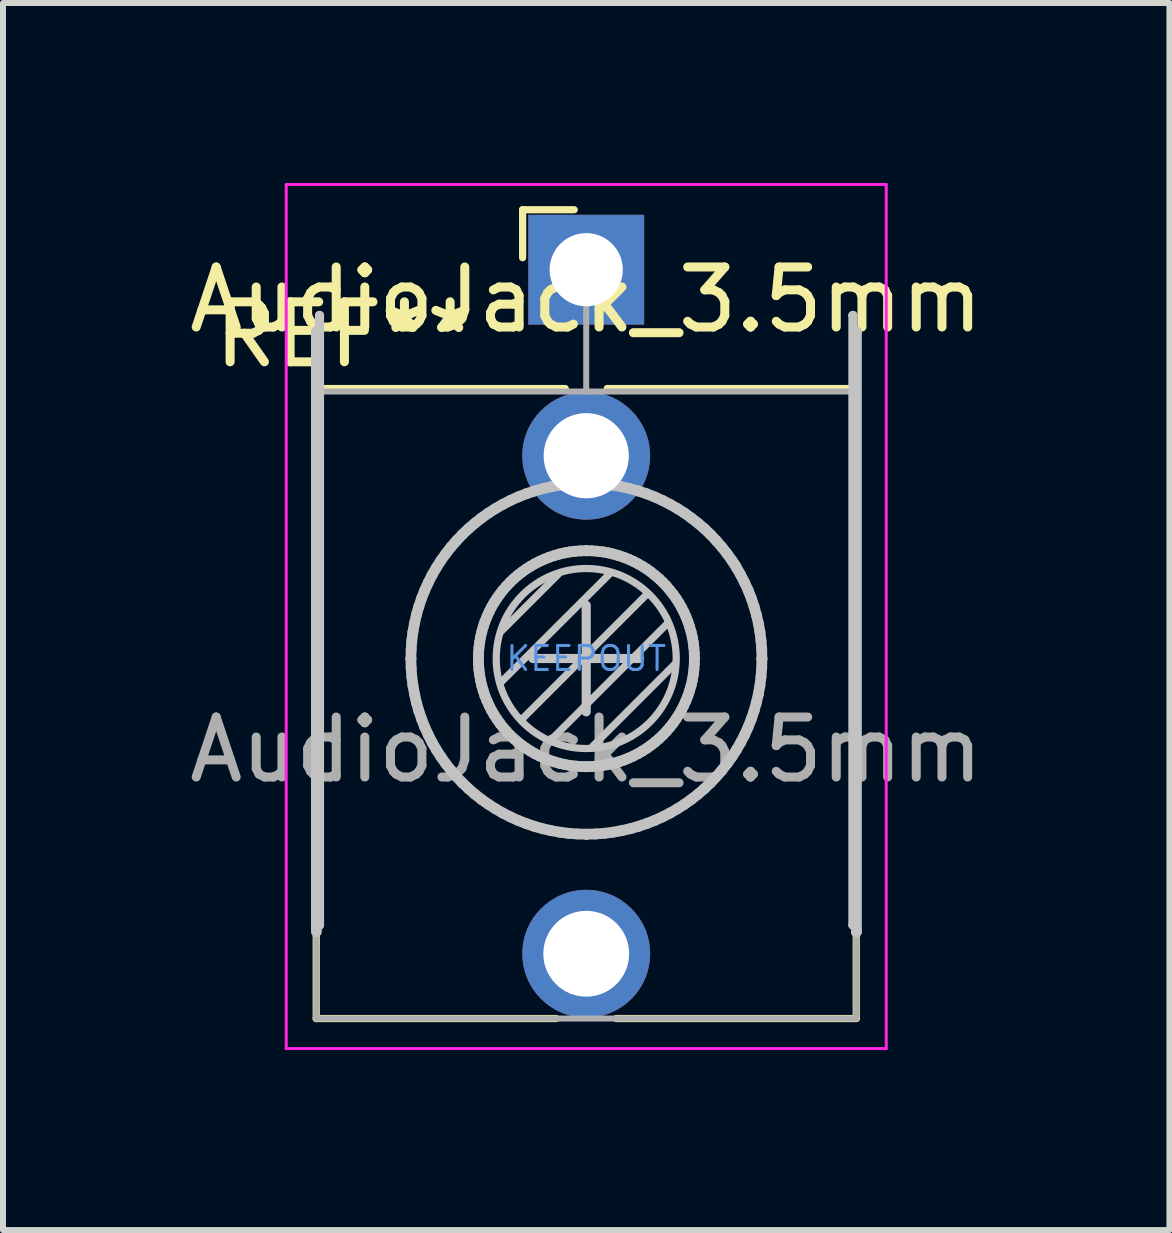
<source format=kicad_pcb>
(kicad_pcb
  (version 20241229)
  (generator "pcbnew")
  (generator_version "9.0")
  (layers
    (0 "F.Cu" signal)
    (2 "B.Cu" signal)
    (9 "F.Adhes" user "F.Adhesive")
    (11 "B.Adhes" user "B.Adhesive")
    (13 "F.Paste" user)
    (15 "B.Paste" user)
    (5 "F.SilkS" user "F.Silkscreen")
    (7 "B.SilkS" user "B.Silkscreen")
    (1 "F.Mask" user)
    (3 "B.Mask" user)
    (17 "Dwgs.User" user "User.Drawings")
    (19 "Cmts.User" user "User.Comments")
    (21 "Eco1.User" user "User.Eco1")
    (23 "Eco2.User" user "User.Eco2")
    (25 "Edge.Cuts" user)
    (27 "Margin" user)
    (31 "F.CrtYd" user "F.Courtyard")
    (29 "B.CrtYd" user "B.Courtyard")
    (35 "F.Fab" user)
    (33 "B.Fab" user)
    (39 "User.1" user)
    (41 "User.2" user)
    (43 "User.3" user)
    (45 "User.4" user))
  (footprint "AudioJack_3.5mm"
    (layer "F.Cu")
    (at 6.72 7.925)
    (property "Reference" "AudioJack_3.5mm" (at 0 -5.98 0) (layer "F.SilkS") (effects (font (size 1 1) (thickness 0.15))))
    (attr through_hole)
    (fp_line (start -4.5 -4.5) (end -4.5 6) (stroke (width 0.12) (type solid)) (layer "F.SilkS"))
    (fp_line (start -1.06 -7.48) (end -1.06 -6.68) (stroke (width 0.12) (type solid)) (layer "F.SilkS"))
    (fp_line (start -1.06 -7.48) (end -0.2 -7.48) (stroke (width 0.12) (type solid)) (layer "F.SilkS"))
    (fp_line (start -0.5 6) (end -4.5 6) (stroke (width 0.12) (type solid)) (layer "F.SilkS"))
    (fp_line (start -0.35 -4.5) (end -4.5 -4.5) (stroke (width 0.12) (type solid)) (layer "F.SilkS"))
    (fp_line (start 4.5 -4.5) (end 0.35 -4.5) (stroke (width 0.12) (type solid)) (layer "F.SilkS"))
    (fp_line (start 4.5 -4.5) (end 4.5 6) (stroke (width 0.12) (type solid)) (layer "F.SilkS"))
    (fp_line (start 4.5 6) (end 0.5 6) (stroke (width 0.12) (type solid)) (layer "F.SilkS"))
    (fp_circle (center 0 0) (end 1.8 0) (stroke (width 0.12) (type solid)) (fill no) (layer "F.SilkS"))
    (fp_line (start -4.497 -5.447) (end -4.497 -5.447) (stroke (width 0.18) (type solid)) (layer "Dwgs.User"))
    (fp_line (start -4.497 4.553) (end -4.497 -5.447) (stroke (width 0.18) (type solid)) (layer "Dwgs.User"))
    (fp_line (start -4.445 -5.718) (end -4.445 -5.718) (stroke (width 0.152) (type solid)) (layer "Dwgs.User"))
    (fp_line (start -4.445 4.442) (end -4.445 -5.718) (stroke (width 0.152) (type solid)) (layer "Dwgs.User"))
    (fp_line (start -4.445 4.442) (end -4.445 4.442) (stroke (width 0.152) (type solid)) (layer "Dwgs.User"))
    (fp_line (start -2.922 0.003) (end -2.922 0.003) (stroke (width 0.18) (type solid)) (layer "Dwgs.User"))
    (fp_line (start -2.922 0.003) (end -2.918 -0.148) (stroke (width 0.18) (type solid)) (layer "Dwgs.User"))
    (fp_line (start -2.918 -0.148) (end -2.907 -0.296) (stroke (width 0.18) (type solid)) (layer "Dwgs.User"))
    (fp_line (start -2.918 0.153) (end -2.922 0.003) (stroke (width 0.18) (type solid)) (layer "Dwgs.User"))
    (fp_line (start -2.907 -0.296) (end -2.888 -0.443) (stroke (width 0.18) (type solid)) (layer "Dwgs.User"))
    (fp_line (start -2.907 0.302) (end -2.918 0.153) (stroke (width 0.18) (type solid)) (layer "Dwgs.User"))
    (fp_line (start -2.888 -0.443) (end -2.862 -0.587) (stroke (width 0.18) (type solid)) (layer "Dwgs.User"))
    (fp_line (start -2.888 0.448) (end -2.907 0.302) (stroke (width 0.18) (type solid)) (layer "Dwgs.User"))
    (fp_line (start -2.862 -0.587) (end -2.83 -0.728) (stroke (width 0.18) (type solid)) (layer "Dwgs.User"))
    (fp_line (start -2.862 0.592) (end -2.888 0.448) (stroke (width 0.18) (type solid)) (layer "Dwgs.User"))
    (fp_line (start -2.83 -0.728) (end -2.79 -0.867) (stroke (width 0.18) (type solid)) (layer "Dwgs.User"))
    (fp_line (start -2.83 0.734) (end -2.862 0.592) (stroke (width 0.18) (type solid)) (layer "Dwgs.User"))
    (fp_line (start -2.79 -0.867) (end -2.744 -1.003) (stroke (width 0.18) (type solid)) (layer "Dwgs.User"))
    (fp_line (start -2.79 0.873) (end -2.83 0.734) (stroke (width 0.18) (type solid)) (layer "Dwgs.User"))
    (fp_line (start -2.744 -1.003) (end -2.692 -1.136) (stroke (width 0.18) (type solid)) (layer "Dwgs.User"))
    (fp_line (start -2.744 1.008) (end -2.79 0.873) (stroke (width 0.18) (type solid)) (layer "Dwgs.User"))
    (fp_line (start -2.692 -1.136) (end -2.633 -1.265) (stroke (width 0.18) (type solid)) (layer "Dwgs.User"))
    (fp_line (start -2.692 1.141) (end -2.744 1.008) (stroke (width 0.18) (type solid)) (layer "Dwgs.User"))
    (fp_line (start -2.633 -1.265) (end -2.569 -1.392) (stroke (width 0.18) (type solid)) (layer "Dwgs.User"))
    (fp_line (start -2.633 1.271) (end -2.692 1.141) (stroke (width 0.18) (type solid)) (layer "Dwgs.User"))
    (fp_line (start -2.569 -1.392) (end -2.498 -1.514) (stroke (width 0.18) (type solid)) (layer "Dwgs.User"))
    (fp_line (start -2.569 1.397) (end -2.633 1.271) (stroke (width 0.18) (type solid)) (layer "Dwgs.User"))
    (fp_line (start -2.498 -1.514) (end -2.422 -1.633) (stroke (width 0.18) (type solid)) (layer "Dwgs.User"))
    (fp_line (start -2.498 1.519) (end -2.569 1.397) (stroke (width 0.18) (type solid)) (layer "Dwgs.User"))
    (fp_line (start -2.422 -1.633) (end -2.341 -1.747) (stroke (width 0.18) (type solid)) (layer "Dwgs.User"))
    (fp_line (start -2.422 1.638) (end -2.498 1.519) (stroke (width 0.18) (type solid)) (layer "Dwgs.User"))
    (fp_line (start -2.341 -1.747) (end -2.254 -1.858) (stroke (width 0.18) (type solid)) (layer "Dwgs.User"))
    (fp_line (start -2.341 1.753) (end -2.422 1.638) (stroke (width 0.18) (type solid)) (layer "Dwgs.User"))
    (fp_line (start -2.254 -1.858) (end -2.162 -1.964) (stroke (width 0.18) (type solid)) (layer "Dwgs.User"))
    (fp_line (start -2.254 1.863) (end -2.341 1.753) (stroke (width 0.18) (type solid)) (layer "Dwgs.User"))
    (fp_line (start -2.162 -1.964) (end -2.065 -2.066) (stroke (width 0.18) (type solid)) (layer "Dwgs.User"))
    (fp_line (start -2.162 1.969) (end -2.254 1.863) (stroke (width 0.18) (type solid)) (layer "Dwgs.User"))
    (fp_line (start -2.065 -2.066) (end -1.963 -2.163) (stroke (width 0.18) (type solid)) (layer "Dwgs.User"))
    (fp_line (start -2.065 2.071) (end -2.162 1.969) (stroke (width 0.18) (type solid)) (layer "Dwgs.User"))
    (fp_line (start -1.963 -2.163) (end -1.857 -2.254) (stroke (width 0.18) (type solid)) (layer "Dwgs.User"))
    (fp_line (start -1.963 2.168) (end -2.065 2.071) (stroke (width 0.18) (type solid)) (layer "Dwgs.User"))
    (fp_line (start -1.857 -2.254) (end -1.747 -2.341) (stroke (width 0.18) (type solid)) (layer "Dwgs.User"))
    (fp_line (start -1.857 2.26) (end -1.963 2.168) (stroke (width 0.18) (type solid)) (layer "Dwgs.User"))
    (fp_line (start -1.797 0.003) (end -1.797 0.003) (stroke (width 0.18) (type solid)) (layer "Dwgs.User"))
    (fp_line (start -1.797 0.003) (end -1.794 -0.09) (stroke (width 0.18) (type solid)) (layer "Dwgs.User"))
    (fp_line (start -1.794 -0.09) (end -1.788 -0.181) (stroke (width 0.18) (type solid)) (layer "Dwgs.User"))
    (fp_line (start -1.794 0.095) (end -1.797 0.003) (stroke (width 0.18) (type solid)) (layer "Dwgs.User"))
    (fp_line (start -1.788 -0.181) (end -1.776 -0.271) (stroke (width 0.18) (type solid)) (layer "Dwgs.User"))
    (fp_line (start -1.788 0.187) (end -1.794 0.095) (stroke (width 0.18) (type solid)) (layer "Dwgs.User"))
    (fp_line (start -1.776 -0.271) (end -1.76 -0.36) (stroke (width 0.18) (type solid)) (layer "Dwgs.User"))
    (fp_line (start -1.776 0.277) (end -1.788 0.187) (stroke (width 0.18) (type solid)) (layer "Dwgs.User"))
    (fp_line (start -1.76 -0.36) (end -1.74 -0.447) (stroke (width 0.18) (type solid)) (layer "Dwgs.User"))
    (fp_line (start -1.76 0.365) (end -1.776 0.277) (stroke (width 0.18) (type solid)) (layer "Dwgs.User"))
    (fp_line (start -1.747 -2.341) (end -1.632 -2.423) (stroke (width 0.18) (type solid)) (layer "Dwgs.User"))
    (fp_line (start -1.747 2.347) (end -1.857 2.26) (stroke (width 0.18) (type solid)) (layer "Dwgs.User"))
    (fp_line (start -1.74 -0.447) (end -1.716 -0.533) (stroke (width 0.18) (type solid)) (layer "Dwgs.User"))
    (fp_line (start -1.74 0.453) (end -1.76 0.365) (stroke (width 0.18) (type solid)) (layer "Dwgs.User"))
    (fp_line (start -1.716 -0.533) (end -1.688 -0.616) (stroke (width 0.18) (type solid)) (layer "Dwgs.User"))
    (fp_line (start -1.716 0.538) (end -1.74 0.453) (stroke (width 0.18) (type solid)) (layer "Dwgs.User"))
    (fp_line (start -1.688 -0.616) (end -1.655 -0.698) (stroke (width 0.18) (type solid)) (layer "Dwgs.User"))
    (fp_line (start -1.688 0.622) (end -1.716 0.538) (stroke (width 0.18) (type solid)) (layer "Dwgs.User"))
    (fp_line (start -1.655 -0.698) (end -1.619 -0.778) (stroke (width 0.18) (type solid)) (layer "Dwgs.User"))
    (fp_line (start -1.655 0.703) (end -1.688 0.622) (stroke (width 0.18) (type solid)) (layer "Dwgs.User"))
    (fp_line (start -1.632 -2.423) (end -1.513 -2.499) (stroke (width 0.18) (type solid)) (layer "Dwgs.User"))
    (fp_line (start -1.632 2.428) (end -1.747 2.347) (stroke (width 0.18) (type solid)) (layer "Dwgs.User"))
    (fp_line (start -1.619 -0.778) (end -1.58 -0.855) (stroke (width 0.18) (type solid)) (layer "Dwgs.User"))
    (fp_line (start -1.619 0.783) (end -1.655 0.703) (stroke (width 0.18) (type solid)) (layer "Dwgs.User"))
    (fp_line (start -1.58 -0.855) (end -1.536 -0.931) (stroke (width 0.18) (type solid)) (layer "Dwgs.User"))
    (fp_line (start -1.58 0.861) (end -1.619 0.783) (stroke (width 0.18) (type solid)) (layer "Dwgs.User"))
    (fp_line (start -1.536 -0.931) (end -1.489 -1.004) (stroke (width 0.18) (type solid)) (layer "Dwgs.User"))
    (fp_line (start -1.536 0.936) (end -1.58 0.861) (stroke (width 0.18) (type solid)) (layer "Dwgs.User"))
    (fp_line (start -1.513 -2.499) (end -1.391 -2.569) (stroke (width 0.18) (type solid)) (layer "Dwgs.User"))
    (fp_line (start -1.513 2.504) (end -1.632 2.428) (stroke (width 0.18) (type solid)) (layer "Dwgs.User"))
    (fp_line (start -1.489 -1.004) (end -1.439 -1.074) (stroke (width 0.18) (type solid)) (layer "Dwgs.User"))
    (fp_line (start -1.489 1.009) (end -1.536 0.936) (stroke (width 0.18) (type solid)) (layer "Dwgs.User"))
    (fp_line (start -1.439 -1.074) (end -1.386 -1.142) (stroke (width 0.18) (type solid)) (layer "Dwgs.User"))
    (fp_line (start -1.439 1.08) (end -1.489 1.009) (stroke (width 0.18) (type solid)) (layer "Dwgs.User"))
    (fp_line (start -1.42 0.395) (end 0.4 -1.42) (stroke (width 0.12) (type solid)) (layer "Dwgs.User"))
    (fp_line (start -1.41 -0.46) (end -0.46 -1.41) (stroke (width 0.12) (type solid)) (layer "Dwgs.User"))
    (fp_line (start -1.391 -2.569) (end -1.265 -2.634) (stroke (width 0.18) (type solid)) (layer "Dwgs.User"))
    (fp_line (start -1.391 2.575) (end -1.513 2.504) (stroke (width 0.18) (type solid)) (layer "Dwgs.User"))
    (fp_line (start -1.386 -1.142) (end -1.329 -1.208) (stroke (width 0.18) (type solid)) (layer "Dwgs.User"))
    (fp_line (start -1.386 1.148) (end -1.439 1.08) (stroke (width 0.18) (type solid)) (layer "Dwgs.User"))
    (fp_line (start -1.329 -1.208) (end -1.27 -1.27) (stroke (width 0.18) (type solid)) (layer "Dwgs.User"))
    (fp_line (start -1.329 1.213) (end -1.386 1.148) (stroke (width 0.18) (type solid)) (layer "Dwgs.User"))
    (fp_line (start -1.27 -1.27) (end -1.207 -1.33) (stroke (width 0.18) (type solid)) (layer "Dwgs.User"))
    (fp_line (start -1.27 1.276) (end -1.329 1.213) (stroke (width 0.18) (type solid)) (layer "Dwgs.User"))
    (fp_line (start -1.265 -2.634) (end -1.135 -2.693) (stroke (width 0.18) (type solid)) (layer "Dwgs.User"))
    (fp_line (start -1.265 2.639) (end -1.391 2.575) (stroke (width 0.18) (type solid)) (layer "Dwgs.User"))
    (fp_line (start -1.207 -1.33) (end -1.142 -1.386) (stroke (width 0.18) (type solid)) (layer "Dwgs.User"))
    (fp_line (start -1.207 1.335) (end -1.27 1.276) (stroke (width 0.18) (type solid)) (layer "Dwgs.User"))
    (fp_line (start -1.142 -1.386) (end -1.074 -1.44) (stroke (width 0.18) (type solid)) (layer "Dwgs.User"))
    (fp_line (start -1.142 1.392) (end -1.207 1.335) (stroke (width 0.18) (type solid)) (layer "Dwgs.User"))
    (fp_line (start -1.135 -2.693) (end -1.002 -2.745) (stroke (width 0.18) (type solid)) (layer "Dwgs.User"))
    (fp_line (start -1.135 2.698) (end -1.265 2.639) (stroke (width 0.18) (type solid)) (layer "Dwgs.User"))
    (fp_line (start -1.074 -1.44) (end -1.003 -1.49) (stroke (width 0.18) (type solid)) (layer "Dwgs.User"))
    (fp_line (start -1.074 1.445) (end -1.142 1.392) (stroke (width 0.18) (type solid)) (layer "Dwgs.User"))
    (fp_line (start -1.07 1.01) (end 1.01 -1.07) (stroke (width 0.12) (type solid)) (layer "Dwgs.User"))
    (fp_line (start -1.003 -1.49) (end -0.93 -1.537) (stroke (width 0.18) (type solid)) (layer "Dwgs.User"))
    (fp_line (start -1.003 1.495) (end -1.074 1.445) (stroke (width 0.18) (type solid)) (layer "Dwgs.User"))
    (fp_line (start -1.002 -2.745) (end -0.867 -2.791) (stroke (width 0.18) (type solid)) (layer "Dwgs.User"))
    (fp_line (start -1.002 2.75) (end -1.135 2.698) (stroke (width 0.18) (type solid)) (layer "Dwgs.User"))
    (fp_line (start -0.93 -1.537) (end -0.855 -1.58) (stroke (width 0.18) (type solid)) (layer "Dwgs.User"))
    (fp_line (start -0.93 1.542) (end -1.003 1.495) (stroke (width 0.18) (type solid)) (layer "Dwgs.User"))
    (fp_line (start -0.867 -2.791) (end -0.728 -2.83) (stroke (width 0.18) (type solid)) (layer "Dwgs.User"))
    (fp_line (start -0.867 2.796) (end -1.002 2.75) (stroke (width 0.18) (type solid)) (layer "Dwgs.User"))
    (fp_line (start -0.855 -1.58) (end -0.777 -1.62) (stroke (width 0.18) (type solid)) (layer "Dwgs.User"))
    (fp_line (start -0.855 1.586) (end -0.93 1.542) (stroke (width 0.18) (type solid)) (layer "Dwgs.User"))
    (fp_line (start -0.801 2.804) (end -0.801 2.804) (stroke (width 0.002) (type solid)) (layer "Dwgs.User"))
    (fp_line (start -0.777 -1.62) (end -0.697 -1.656) (stroke (width 0.18) (type solid)) (layer "Dwgs.User"))
    (fp_line (start -0.777 1.625) (end -0.855 1.586) (stroke (width 0.18) (type solid)) (layer "Dwgs.User"))
    (fp_line (start -0.728 -2.83) (end -0.586 -2.863) (stroke (width 0.18) (type solid)) (layer "Dwgs.User"))
    (fp_line (start -0.728 2.836) (end -0.867 2.796) (stroke (width 0.18) (type solid)) (layer "Dwgs.User"))
    (fp_line (start -0.697 -1.656) (end -0.616 -1.688) (stroke (width 0.18) (type solid)) (layer "Dwgs.User"))
    (fp_line (start -0.697 1.661) (end -0.777 1.625) (stroke (width 0.18) (type solid)) (layer "Dwgs.User"))
    (fp_line (start -0.616 -1.688) (end -0.532 -1.716) (stroke (width 0.18) (type solid)) (layer "Dwgs.User"))
    (fp_line (start -0.616 1.694) (end -0.697 1.661) (stroke (width 0.18) (type solid)) (layer "Dwgs.User"))
    (fp_line (start -0.586 -2.863) (end -0.442 -2.889) (stroke (width 0.18) (type solid)) (layer "Dwgs.User"))
    (fp_line (start -0.586 2.868) (end -0.728 2.836) (stroke (width 0.18) (type solid)) (layer "Dwgs.User"))
    (fp_line (start -0.58 1.35) (end 1.36 -0.59) (stroke (width 0.12) (type solid)) (layer "Dwgs.User"))
    (fp_line (start -0.532 -1.716) (end -0.447 -1.741) (stroke (width 0.18) (type solid)) (layer "Dwgs.User"))
    (fp_line (start -0.532 1.722) (end -0.616 1.694) (stroke (width 0.18) (type solid)) (layer "Dwgs.User"))
    (fp_line (start -0.447 -1.741) (end -0.36 -1.761) (stroke (width 0.18) (type solid)) (layer "Dwgs.User"))
    (fp_line (start -0.447 1.746) (end -0.532 1.722) (stroke (width 0.18) (type solid)) (layer "Dwgs.User"))
    (fp_line (start -0.442 -2.889) (end -0.296 -2.907) (stroke (width 0.18) (type solid)) (layer "Dwgs.User"))
    (fp_line (start -0.442 2.894) (end -0.586 2.868) (stroke (width 0.18) (type solid)) (layer "Dwgs.User"))
    (fp_line (start -0.36 -1.761) (end -0.271 -1.777) (stroke (width 0.18) (type solid)) (layer "Dwgs.User"))
    (fp_line (start -0.36 1.766) (end -0.447 1.746) (stroke (width 0.18) (type solid)) (layer "Dwgs.User"))
    (fp_line (start -0.296 -2.907) (end -0.147 -2.919) (stroke (width 0.18) (type solid)) (layer "Dwgs.User"))
    (fp_line (start -0.296 2.913) (end -0.442 2.894) (stroke (width 0.18) (type solid)) (layer "Dwgs.User"))
    (fp_line (start -0.271 -1.777) (end -0.181 -1.788) (stroke (width 0.18) (type solid)) (layer "Dwgs.User"))
    (fp_line (start -0.271 1.782) (end -0.36 1.766) (stroke (width 0.18) (type solid)) (layer "Dwgs.User"))
    (fp_line (start -0.181 -1.788) (end -0.089 -1.795) (stroke (width 0.18) (type solid)) (layer "Dwgs.User"))
    (fp_line (start -0.181 1.793) (end -0.271 1.782) (stroke (width 0.18) (type solid)) (layer "Dwgs.User"))
    (fp_line (start -0.147 -2.919) (end 0.003 -2.922) (stroke (width 0.18) (type solid)) (layer "Dwgs.User"))
    (fp_line (start -0.147 2.924) (end -0.296 2.913) (stroke (width 0.18) (type solid)) (layer "Dwgs.User"))
    (fp_line (start -0.089 -1.795) (end 0.003 -1.797) (stroke (width 0.18) (type solid)) (layer "Dwgs.User"))
    (fp_line (start -0.089 1.8) (end -0.181 1.793) (stroke (width 0.18) (type solid)) (layer "Dwgs.User"))
    (fp_line (start -0.000496 -0.888) (end -0.000496 0.889) (stroke (width 0.152) (type solid)) (layer "Dwgs.User"))
    (fp_line (start 0.003 -2.922) (end 0.003 -2.922) (stroke (width 0.18) (type solid)) (layer "Dwgs.User"))
    (fp_line (start 0.003 -2.922) (end 0.003 -2.922) (stroke (width 0.18) (type solid)) (layer "Dwgs.User"))
    (fp_line (start 0.003 -2.922) (end 0.154 -2.919) (stroke (width 0.18) (type solid)) (layer "Dwgs.User"))
    (fp_line (start 0.003 -1.797) (end 0.003 -1.797) (stroke (width 0.18) (type solid)) (layer "Dwgs.User"))
    (fp_line (start 0.003 -1.797) (end 0.003 -1.797) (stroke (width 0.18) (type solid)) (layer "Dwgs.User"))
    (fp_line (start 0.003 -1.797) (end 0.096 -1.795) (stroke (width 0.18) (type solid)) (layer "Dwgs.User"))
    (fp_line (start 0.003 1.803) (end -0.089 1.8) (stroke (width 0.18) (type solid)) (layer "Dwgs.User"))
    (fp_line (start 0.003 1.803) (end 0.003 1.803) (stroke (width 0.18) (type solid)) (layer "Dwgs.User"))
    (fp_line (start 0.003 2.928) (end -0.147 2.924) (stroke (width 0.18) (type solid)) (layer "Dwgs.User"))
    (fp_line (start 0.003 2.928) (end 0.003 2.928) (stroke (width 0.18) (type solid)) (layer "Dwgs.User"))
    (fp_line (start 0.09 1.48) (end 1.48 0.09) (stroke (width 0.12) (type solid)) (layer "Dwgs.User"))
    (fp_line (start 0.096 -1.795) (end 0.187 -1.788) (stroke (width 0.18) (type solid)) (layer "Dwgs.User"))
    (fp_line (start 0.096 1.8) (end 0.003 1.803) (stroke (width 0.18) (type solid)) (layer "Dwgs.User"))
    (fp_line (start 0.154 -2.919) (end 0.302 -2.907) (stroke (width 0.18) (type solid)) (layer "Dwgs.User"))
    (fp_line (start 0.154 2.924) (end 0.003 2.928) (stroke (width 0.18) (type solid)) (layer "Dwgs.User"))
    (fp_line (start 0.187 -1.788) (end 0.277 -1.777) (stroke (width 0.18) (type solid)) (layer "Dwgs.User"))
    (fp_line (start 0.187 1.793) (end 0.096 1.8) (stroke (width 0.18) (type solid)) (layer "Dwgs.User"))
    (fp_line (start 0.277 -1.777) (end 0.366 -1.761) (stroke (width 0.18) (type solid)) (layer "Dwgs.User"))
    (fp_line (start 0.277 1.782) (end 0.187 1.793) (stroke (width 0.18) (type solid)) (layer "Dwgs.User"))
    (fp_line (start 0.302 -2.907) (end 0.449 -2.889) (stroke (width 0.18) (type solid)) (layer "Dwgs.User"))
    (fp_line (start 0.302 2.913) (end 0.154 2.924) (stroke (width 0.18) (type solid)) (layer "Dwgs.User"))
    (fp_line (start 0.366 -1.761) (end 0.453 -1.741) (stroke (width 0.18) (type solid)) (layer "Dwgs.User"))
    (fp_line (start 0.366 1.766) (end 0.277 1.782) (stroke (width 0.18) (type solid)) (layer "Dwgs.User"))
    (fp_line (start 0.449 -2.889) (end 0.593 -2.863) (stroke (width 0.18) (type solid)) (layer "Dwgs.User"))
    (fp_line (start 0.449 2.894) (end 0.302 2.913) (stroke (width 0.18) (type solid)) (layer "Dwgs.User"))
    (fp_line (start 0.453 -1.741) (end 0.539 -1.716) (stroke (width 0.18) (type solid)) (layer "Dwgs.User"))
    (fp_line (start 0.453 1.746) (end 0.366 1.766) (stroke (width 0.18) (type solid)) (layer "Dwgs.User"))
    (fp_line (start 0.539 -1.716) (end 0.622 -1.688) (stroke (width 0.18) (type solid)) (layer "Dwgs.User"))
    (fp_line (start 0.539 1.722) (end 0.453 1.746) (stroke (width 0.18) (type solid)) (layer "Dwgs.User"))
    (fp_line (start 0.593 -2.863) (end 0.734 -2.83) (stroke (width 0.18) (type solid)) (layer "Dwgs.User"))
    (fp_line (start 0.593 2.868) (end 0.449 2.894) (stroke (width 0.18) (type solid)) (layer "Dwgs.User"))
    (fp_line (start 0.622 -1.688) (end 0.704 -1.656) (stroke (width 0.18) (type solid)) (layer "Dwgs.User"))
    (fp_line (start 0.622 1.694) (end 0.539 1.722) (stroke (width 0.18) (type solid)) (layer "Dwgs.User"))
    (fp_line (start 0.704 -1.656) (end 0.784 -1.62) (stroke (width 0.18) (type solid)) (layer "Dwgs.User"))
    (fp_line (start 0.704 1.661) (end 0.622 1.694) (stroke (width 0.18) (type solid)) (layer "Dwgs.User"))
    (fp_line (start 0.734 -2.83) (end 0.873 -2.791) (stroke (width 0.18) (type solid)) (layer "Dwgs.User"))
    (fp_line (start 0.734 2.836) (end 0.593 2.868) (stroke (width 0.18) (type solid)) (layer "Dwgs.User"))
    (fp_line (start 0.784 -1.62) (end 0.861 -1.58) (stroke (width 0.18) (type solid)) (layer "Dwgs.User"))
    (fp_line (start 0.784 1.625) (end 0.704 1.661) (stroke (width 0.18) (type solid)) (layer "Dwgs.User"))
    (fp_line (start 0.8 2.804) (end 0.8 2.804) (stroke (width 0.002) (type solid)) (layer "Dwgs.User"))
    (fp_line (start 0.861 -1.58) (end 0.937 -1.537) (stroke (width 0.18) (type solid)) (layer "Dwgs.User"))
    (fp_line (start 0.861 1.586) (end 0.784 1.625) (stroke (width 0.18) (type solid)) (layer "Dwgs.User"))
    (fp_line (start 0.873 -2.791) (end 1.009 -2.745) (stroke (width 0.18) (type solid)) (layer "Dwgs.User"))
    (fp_line (start 0.873 2.796) (end 0.734 2.836) (stroke (width 0.18) (type solid)) (layer "Dwgs.User"))
    (fp_line (start 0.889 0) (end -0.889 0) (stroke (width 0.152) (type solid)) (layer "Dwgs.User"))
    (fp_line (start 0.937 -1.537) (end 1.01 -1.49) (stroke (width 0.18) (type solid)) (layer "Dwgs.User"))
    (fp_line (start 0.937 1.542) (end 0.861 1.586) (stroke (width 0.18) (type solid)) (layer "Dwgs.User"))
    (fp_line (start 1.009 -2.745) (end 1.142 -2.693) (stroke (width 0.18) (type solid)) (layer "Dwgs.User"))
    (fp_line (start 1.009 2.75) (end 0.873 2.796) (stroke (width 0.18) (type solid)) (layer "Dwgs.User"))
    (fp_line (start 1.01 -1.49) (end 1.08 -1.44) (stroke (width 0.18) (type solid)) (layer "Dwgs.User"))
    (fp_line (start 1.01 1.495) (end 0.937 1.542) (stroke (width 0.18) (type solid)) (layer "Dwgs.User"))
    (fp_line (start 1.08 -1.44) (end 1.148 -1.386) (stroke (width 0.18) (type solid)) (layer "Dwgs.User"))
    (fp_line (start 1.08 1.445) (end 1.01 1.495) (stroke (width 0.18) (type solid)) (layer "Dwgs.User"))
    (fp_line (start 1.142 -2.693) (end 1.271 -2.634) (stroke (width 0.18) (type solid)) (layer "Dwgs.User"))
    (fp_line (start 1.142 2.698) (end 1.009 2.75) (stroke (width 0.18) (type solid)) (layer "Dwgs.User"))
    (fp_line (start 1.148 -1.386) (end 1.214 -1.33) (stroke (width 0.18) (type solid)) (layer "Dwgs.User"))
    (fp_line (start 1.148 1.392) (end 1.08 1.445) (stroke (width 0.18) (type solid)) (layer "Dwgs.User"))
    (fp_line (start 1.214 -1.33) (end 1.276 -1.27) (stroke (width 0.18) (type solid)) (layer "Dwgs.User"))
    (fp_line (start 1.214 1.335) (end 1.148 1.392) (stroke (width 0.18) (type solid)) (layer "Dwgs.User"))
    (fp_line (start 1.271 -2.634) (end 1.398 -2.569) (stroke (width 0.18) (type solid)) (layer "Dwgs.User"))
    (fp_line (start 1.271 2.639) (end 1.142 2.698) (stroke (width 0.18) (type solid)) (layer "Dwgs.User"))
    (fp_line (start 1.276 -1.27) (end 1.336 -1.208) (stroke (width 0.18) (type solid)) (layer "Dwgs.User"))
    (fp_line (start 1.276 1.276) (end 1.214 1.335) (stroke (width 0.18) (type solid)) (layer "Dwgs.User"))
    (fp_line (start 1.336 -1.208) (end 1.392 -1.142) (stroke (width 0.18) (type solid)) (layer "Dwgs.User"))
    (fp_line (start 1.336 1.213) (end 1.276 1.276) (stroke (width 0.18) (type solid)) (layer "Dwgs.User"))
    (fp_line (start 1.392 -1.142) (end 1.446 -1.074) (stroke (width 0.18) (type solid)) (layer "Dwgs.User"))
    (fp_line (start 1.392 1.148) (end 1.336 1.213) (stroke (width 0.18) (type solid)) (layer "Dwgs.User"))
    (fp_line (start 1.398 -2.569) (end 1.52 -2.499) (stroke (width 0.18) (type solid)) (layer "Dwgs.User"))
    (fp_line (start 1.398 2.575) (end 1.271 2.639) (stroke (width 0.18) (type solid)) (layer "Dwgs.User"))
    (fp_line (start 1.446 -1.074) (end 1.496 -1.004) (stroke (width 0.18) (type solid)) (layer "Dwgs.User"))
    (fp_line (start 1.446 1.08) (end 1.392 1.148) (stroke (width 0.18) (type solid)) (layer "Dwgs.User"))
    (fp_line (start 1.496 -1.004) (end 1.543 -0.931) (stroke (width 0.18) (type solid)) (layer "Dwgs.User"))
    (fp_line (start 1.496 1.009) (end 1.446 1.08) (stroke (width 0.18) (type solid)) (layer "Dwgs.User"))
    (fp_line (start 1.52 -2.499) (end 1.639 -2.423) (stroke (width 0.18) (type solid)) (layer "Dwgs.User"))
    (fp_line (start 1.52 2.504) (end 1.398 2.575) (stroke (width 0.18) (type solid)) (layer "Dwgs.User"))
    (fp_line (start 1.543 -0.931) (end 1.586 -0.855) (stroke (width 0.18) (type solid)) (layer "Dwgs.User"))
    (fp_line (start 1.543 0.936) (end 1.496 1.009) (stroke (width 0.18) (type solid)) (layer "Dwgs.User"))
    (fp_line (start 1.586 -0.855) (end 1.626 -0.778) (stroke (width 0.18) (type solid)) (layer "Dwgs.User"))
    (fp_line (start 1.586 0.861) (end 1.543 0.936) (stroke (width 0.18) (type solid)) (layer "Dwgs.User"))
    (fp_line (start 1.626 -0.778) (end 1.662 -0.698) (stroke (width 0.18) (type solid)) (layer "Dwgs.User"))
    (fp_line (start 1.626 0.783) (end 1.586 0.861) (stroke (width 0.18) (type solid)) (layer "Dwgs.User"))
    (fp_line (start 1.639 -2.423) (end 1.753 -2.341) (stroke (width 0.18) (type solid)) (layer "Dwgs.User"))
    (fp_line (start 1.639 2.428) (end 1.52 2.504) (stroke (width 0.18) (type solid)) (layer "Dwgs.User"))
    (fp_line (start 1.662 -0.698) (end 1.694 -0.616) (stroke (width 0.18) (type solid)) (layer "Dwgs.User"))
    (fp_line (start 1.662 0.703) (end 1.626 0.783) (stroke (width 0.18) (type solid)) (layer "Dwgs.User"))
    (fp_line (start 1.694 -0.616) (end 1.722 -0.533) (stroke (width 0.18) (type solid)) (layer "Dwgs.User"))
    (fp_line (start 1.694 0.622) (end 1.662 0.703) (stroke (width 0.18) (type solid)) (layer "Dwgs.User"))
    (fp_line (start 1.722 -0.533) (end 1.747 -0.447) (stroke (width 0.18) (type solid)) (layer "Dwgs.User"))
    (fp_line (start 1.722 0.538) (end 1.694 0.622) (stroke (width 0.18) (type solid)) (layer "Dwgs.User"))
    (fp_line (start 1.747 -0.447) (end 1.767 -0.36) (stroke (width 0.18) (type solid)) (layer "Dwgs.User"))
    (fp_line (start 1.747 0.453) (end 1.722 0.538) (stroke (width 0.18) (type solid)) (layer "Dwgs.User"))
    (fp_line (start 1.753 -2.341) (end 1.864 -2.254) (stroke (width 0.18) (type solid)) (layer "Dwgs.User"))
    (fp_line (start 1.753 2.347) (end 1.639 2.428) (stroke (width 0.18) (type solid)) (layer "Dwgs.User"))
    (fp_line (start 1.767 -0.36) (end 1.783 -0.271) (stroke (width 0.18) (type solid)) (layer "Dwgs.User"))
    (fp_line (start 1.767 0.365) (end 1.747 0.453) (stroke (width 0.18) (type solid)) (layer "Dwgs.User"))
    (fp_line (start 1.783 -0.271) (end 1.794 -0.181) (stroke (width 0.18) (type solid)) (layer "Dwgs.User"))
    (fp_line (start 1.783 0.277) (end 1.767 0.365) (stroke (width 0.18) (type solid)) (layer "Dwgs.User"))
    (fp_line (start 1.794 -0.181) (end 1.801 -0.09) (stroke (width 0.18) (type solid)) (layer "Dwgs.User"))
    (fp_line (start 1.794 0.187) (end 1.783 0.277) (stroke (width 0.18) (type solid)) (layer "Dwgs.User"))
    (fp_line (start 1.801 -0.09) (end 1.803 0.003) (stroke (width 0.18) (type solid)) (layer "Dwgs.User"))
    (fp_line (start 1.801 0.095) (end 1.794 0.187) (stroke (width 0.18) (type solid)) (layer "Dwgs.User"))
    (fp_line (start 1.803 0.003) (end 1.801 0.095) (stroke (width 0.18) (type solid)) (layer "Dwgs.User"))
    (fp_line (start 1.803 0.003) (end 1.803 0.003) (stroke (width 0.18) (type solid)) (layer "Dwgs.User"))
    (fp_line (start 1.864 -2.254) (end 1.97 -2.163) (stroke (width 0.18) (type solid)) (layer "Dwgs.User"))
    (fp_line (start 1.864 2.26) (end 1.753 2.347) (stroke (width 0.18) (type solid)) (layer "Dwgs.User"))
    (fp_line (start 1.97 -2.163) (end 2.072 -2.066) (stroke (width 0.18) (type solid)) (layer "Dwgs.User"))
    (fp_line (start 1.97 2.168) (end 1.864 2.26) (stroke (width 0.18) (type solid)) (layer "Dwgs.User"))
    (fp_line (start 2.072 -2.066) (end 2.168 -1.964) (stroke (width 0.18) (type solid)) (layer "Dwgs.User"))
    (fp_line (start 2.072 2.071) (end 1.97 2.168) (stroke (width 0.18) (type solid)) (layer "Dwgs.User"))
    (fp_line (start 2.168 -1.964) (end 2.26 -1.858) (stroke (width 0.18) (type solid)) (layer "Dwgs.User"))
    (fp_line (start 2.168 1.969) (end 2.072 2.071) (stroke (width 0.18) (type solid)) (layer "Dwgs.User"))
    (fp_line (start 2.26 -1.858) (end 2.347 -1.747) (stroke (width 0.18) (type solid)) (layer "Dwgs.User"))
    (fp_line (start 2.26 1.863) (end 2.168 1.969) (stroke (width 0.18) (type solid)) (layer "Dwgs.User"))
    (fp_line (start 2.347 -1.747) (end 2.429 -1.633) (stroke (width 0.18) (type solid)) (layer "Dwgs.User"))
    (fp_line (start 2.347 1.753) (end 2.26 1.863) (stroke (width 0.18) (type solid)) (layer "Dwgs.User"))
    (fp_line (start 2.429 -1.633) (end 2.505 -1.514) (stroke (width 0.18) (type solid)) (layer "Dwgs.User"))
    (fp_line (start 2.429 1.638) (end 2.347 1.753) (stroke (width 0.18) (type solid)) (layer "Dwgs.User"))
    (fp_line (start 2.441 -1.618) (end 2.441 -1.618) (stroke (width 0.152) (type solid)) (layer "Dwgs.User"))
    (fp_line (start 2.491 -1.567) (end 2.441 -1.618) (stroke (width 0.152) (type solid)) (layer "Dwgs.User"))
    (fp_line (start 2.491 -1.567) (end 2.491 -1.567) (stroke (width 0.152) (type solid)) (layer "Dwgs.User"))
    (fp_line (start 2.505 -1.514) (end 2.575 -1.392) (stroke (width 0.18) (type solid)) (layer "Dwgs.User"))
    (fp_line (start 2.505 1.519) (end 2.429 1.638) (stroke (width 0.18) (type solid)) (layer "Dwgs.User"))
    (fp_line (start 2.575 -1.392) (end 2.64 -1.265) (stroke (width 0.18) (type solid)) (layer "Dwgs.User"))
    (fp_line (start 2.575 1.397) (end 2.505 1.519) (stroke (width 0.18) (type solid)) (layer "Dwgs.User"))
    (fp_line (start 2.64 -1.265) (end 2.699 -1.136) (stroke (width 0.18) (type solid)) (layer "Dwgs.User"))
    (fp_line (start 2.64 1.271) (end 2.575 1.397) (stroke (width 0.18) (type solid)) (layer "Dwgs.User"))
    (fp_line (start 2.699 -1.136) (end 2.751 -1.003) (stroke (width 0.18) (type solid)) (layer "Dwgs.User"))
    (fp_line (start 2.699 1.141) (end 2.64 1.271) (stroke (width 0.18) (type solid)) (layer "Dwgs.User"))
    (fp_line (start 2.751 -1.003) (end 2.797 -0.867) (stroke (width 0.18) (type solid)) (layer "Dwgs.User"))
    (fp_line (start 2.751 1.008) (end 2.699 1.141) (stroke (width 0.18) (type solid)) (layer "Dwgs.User"))
    (fp_line (start 2.797 -0.867) (end 2.836 -0.728) (stroke (width 0.18) (type solid)) (layer "Dwgs.User"))
    (fp_line (start 2.797 0.873) (end 2.751 1.008) (stroke (width 0.18) (type solid)) (layer "Dwgs.User"))
    (fp_line (start 2.836 -0.728) (end 2.869 -0.587) (stroke (width 0.18) (type solid)) (layer "Dwgs.User"))
    (fp_line (start 2.836 0.734) (end 2.797 0.873) (stroke (width 0.18) (type solid)) (layer "Dwgs.User"))
    (fp_line (start 2.869 -0.587) (end 2.895 -0.443) (stroke (width 0.18) (type solid)) (layer "Dwgs.User"))
    (fp_line (start 2.869 0.592) (end 2.836 0.734) (stroke (width 0.18) (type solid)) (layer "Dwgs.User"))
    (fp_line (start 2.895 -0.443) (end 2.913 -0.296) (stroke (width 0.18) (type solid)) (layer "Dwgs.User"))
    (fp_line (start 2.895 0.448) (end 2.869 0.592) (stroke (width 0.18) (type solid)) (layer "Dwgs.User"))
    (fp_line (start 2.913 -0.296) (end 2.925 -0.148) (stroke (width 0.18) (type solid)) (layer "Dwgs.User"))
    (fp_line (start 2.913 0.302) (end 2.895 0.448) (stroke (width 0.18) (type solid)) (layer "Dwgs.User"))
    (fp_line (start 2.925 -0.148) (end 2.928 0.003) (stroke (width 0.18) (type solid)) (layer "Dwgs.User"))
    (fp_line (start 2.925 0.153) (end 2.913 0.302) (stroke (width 0.18) (type solid)) (layer "Dwgs.User"))
    (fp_line (start 2.928 0.003) (end 2.925 0.153) (stroke (width 0.18) (type solid)) (layer "Dwgs.User"))
    (fp_line (start 2.928 0.003) (end 2.928 0.003) (stroke (width 0.18) (type solid)) (layer "Dwgs.User"))
    (fp_line (start 4.444 -5.718) (end 4.444 -5.718) (stroke (width 0.152) (type solid)) (layer "Dwgs.User"))
    (fp_line (start 4.444 -5.718) (end 4.444 4.442) (stroke (width 0.152) (type solid)) (layer "Dwgs.User"))
    (fp_line (start 4.444 4.442) (end 4.444 4.442) (stroke (width 0.152) (type solid)) (layer "Dwgs.User"))
    (fp_line (start 4.503 -5.447) (end 4.503 -5.447) (stroke (width 0.18) (type solid)) (layer "Dwgs.User"))
    (fp_line (start 4.503 -5.447) (end 4.503 4.553) (stroke (width 0.18) (type solid)) (layer "Dwgs.User"))
    (fp_line (start 4.503 4.553) (end 4.503 4.553) (stroke (width 0.18) (type solid)) (layer "Dwgs.User"))
    (fp_circle (center 0 0) (end 1.5 0) (stroke (width 0.12) (type solid)) (fill no) (layer "Dwgs.User"))
    (fp_line (start -5 6.5) (end -5 -7.9) (stroke (width 0.05) (type solid)) (layer "F.CrtYd"))
    (fp_line (start 5 -7.9) (end -5 -7.9) (stroke (width 0.05) (type solid)) (layer "F.CrtYd"))
    (fp_line (start 5 6.5) (end -5 6.5) (stroke (width 0.05) (type solid)) (layer "F.CrtYd"))
    (fp_line (start 5 6.5) (end 5 -7.9) (stroke (width 0.05) (type solid)) (layer "F.CrtYd"))
    (fp_line (start -4.5 6) (end -4.5 -4.4) (stroke (width 0.1) (type solid)) (layer "F.Fab"))
    (fp_line (start 0 -6.48) (end 0 -4.45) (stroke (width 0.1) (type solid)) (layer "F.Fab"))
    (fp_line (start 4.5 -4.45) (end -4.5 -4.45) (stroke (width 0.1) (type solid)) (layer "F.Fab"))
    (fp_line (start 4.5 6) (end -4.5 6) (stroke (width 0.1) (type solid)) (layer "F.Fab"))
    (fp_line (start 4.5 6) (end 4.5 -4.4) (stroke (width 0.1) (type solid)) (layer "F.Fab"))
    (fp_circle (center 0 0) (end 1.8 0) (stroke (width 0.1) (type solid)) (fill no) (layer "F.Fab"))
    (fp_text user "REF**" (at -4.03 -5.4 180) (layer "F.SilkS") (effects (font (size 1 1) (thickness 0.15))))
    (fp_text user "KEEPOUT" (at 0 0 0) (layer "Cmts.User") (effects (font (size 0.4 0.4) (thickness 0.051))))
    (fp_text user "${REFERENCE}" (at 0 1.52 180) (layer "F.Fab") (effects (font (size 1 1) (thickness 0.15))))
    (pad "R" thru_hole circle (at 0 -3.38 180) (size 2.13 2.13) (drill 1.42) (layers "*.Cu" "*.Mask"))
    (pad "S" thru_hole rect (at 0 -6.48 180) (size 1.93 1.83) (drill 1.22) (layers "*.Cu" "*.Mask"))
    (pad "T" thru_hole circle (at 0 4.92 180) (size 2.13 2.13) (drill 1.43) (layers "*.Cu" "*.Mask")))
  (gr_rect
    (start -3 -3)
    (end 16.44 17.45)
    (stroke (width 0.1) (type default))
    (fill no)
    (layer "Edge.Cuts")))
</source>
